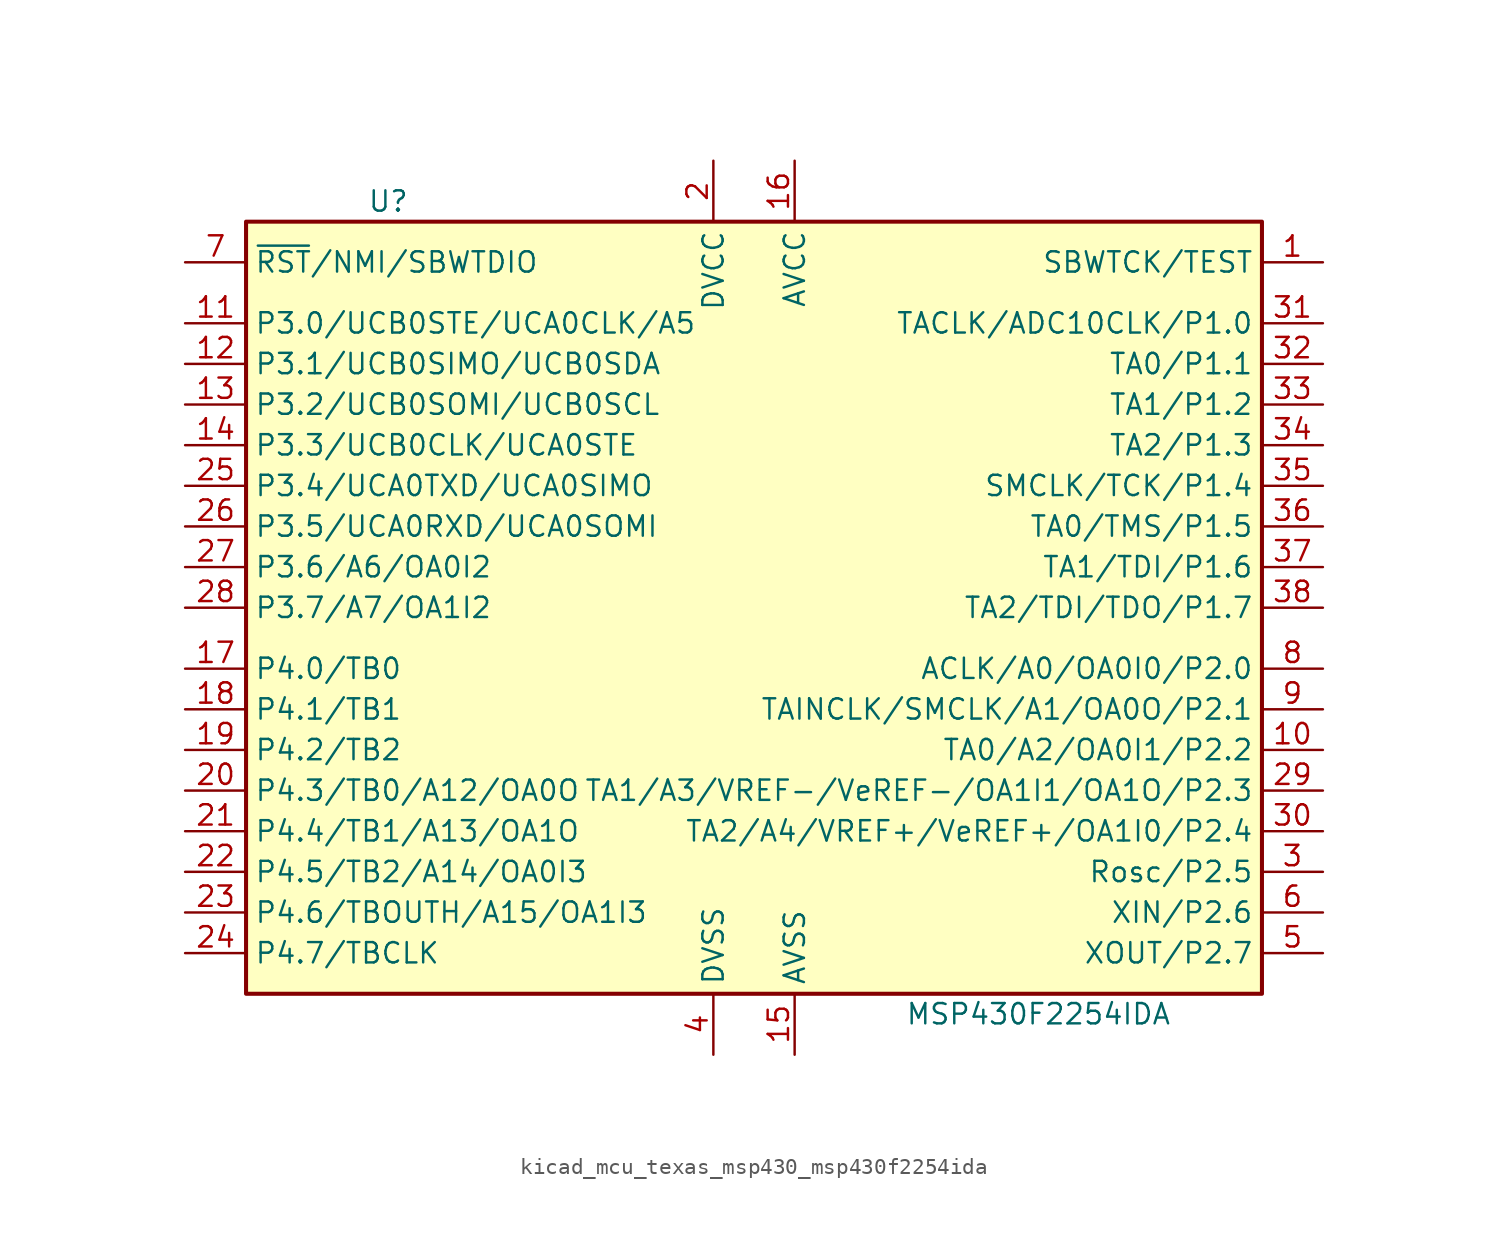
<source format=kicad_sym>
(kicad_symbol_lib
  (version 20220914)
  (generator kicad_symbol_editor)
  (symbol "kicad_mcu_texas_msp430_msp430f2254ida"
    (property "Reference" "U"
      (at -22.86 25.4 0)
      (effects (font (size 1.27 1.27))))
    (property "Value" "MSP430F2254IDA"
      (at 17.78 -25.4 0)
      (effects (font (size 1.27 1.27))))
    (symbol "kicad_mcu_texas_msp430_msp430f2254ida_0_1"
      (rectangle (start -31.75 24.13) (end 31.75 -24.13) (stroke (width 0.254) (type default)) (fill (type background))))
    (symbol "kicad_mcu_texas_msp430_msp430f2254ida_1_1"
      (pin input line (at 35.56 21.59 180) (length 3.81) (name "SBWTCK/TEST" (effects (font (size 1.27 1.27)))) (number "1" (effects (font (size 1.27 1.27)))))
      (pin bidirectional line (at 35.56 -8.89 180) (length 3.81) (name "TA0/A2/OA0I1/P2.2" (effects (font (size 1.27 1.27)))) (number "10" (effects (font (size 1.27 1.27)))))
      (pin bidirectional line (at -35.56 17.78 0) (length 3.81) (name "P3.0/UCB0STE/UCA0CLK/A5" (effects (font (size 1.27 1.27)))) (number "11" (effects (font (size 1.27 1.27)))))
      (pin bidirectional line (at -35.56 15.24 0) (length 3.81) (name "P3.1/UCB0SIMO/UCB0SDA" (effects (font (size 1.27 1.27)))) (number "12" (effects (font (size 1.27 1.27)))))
      (pin bidirectional line (at -35.56 12.7 0) (length 3.81) (name "P3.2/UCB0SOMI/UCB0SCL" (effects (font (size 1.27 1.27)))) (number "13" (effects (font (size 1.27 1.27)))))
      (pin bidirectional line (at -35.56 10.16 0) (length 3.81) (name "P3.3/UCB0CLK/UCA0STE" (effects (font (size 1.27 1.27)))) (number "14" (effects (font (size 1.27 1.27)))))
      (pin power_in line (at 2.54 -27.94 90) (length 3.81) (name "AVSS" (effects (font (size 1.27 1.27)))) (number "15" (effects (font (size 1.27 1.27)))))
      (pin power_in line (at 2.54 27.94 270) (length 3.81) (name "AVCC" (effects (font (size 1.27 1.27)))) (number "16" (effects (font (size 1.27 1.27)))))
      (pin bidirectional line (at -35.56 -3.81 0) (length 3.81) (name "P4.0/TB0" (effects (font (size 1.27 1.27)))) (number "17" (effects (font (size 1.27 1.27)))))
      (pin bidirectional line (at -35.56 -6.35 0) (length 3.81) (name "P4.1/TB1" (effects (font (size 1.27 1.27)))) (number "18" (effects (font (size 1.27 1.27)))))
      (pin bidirectional line (at -35.56 -8.89 0) (length 3.81) (name "P4.2/TB2" (effects (font (size 1.27 1.27)))) (number "19" (effects (font (size 1.27 1.27)))))
      (pin power_in line (at -2.54 27.94 270) (length 3.81) (name "DVCC" (effects (font (size 1.27 1.27)))) (number "2" (effects (font (size 1.27 1.27)))))
      (pin bidirectional line (at -35.56 -11.43 0) (length 3.81) (name "P4.3/TB0/A12/OA0O" (effects (font (size 1.27 1.27)))) (number "20" (effects (font (size 1.27 1.27)))))
      (pin bidirectional line (at -35.56 -13.97 0) (length 3.81) (name "P4.4/TB1/A13/OA1O" (effects (font (size 1.27 1.27)))) (number "21" (effects (font (size 1.27 1.27)))))
      (pin bidirectional line (at -35.56 -16.51 0) (length 3.81) (name "P4.5/TB2/A14/OA0I3" (effects (font (size 1.27 1.27)))) (number "22" (effects (font (size 1.27 1.27)))))
      (pin bidirectional line (at -35.56 -19.05 0) (length 3.81) (name "P4.6/TBOUTH/A15/OA1I3" (effects (font (size 1.27 1.27)))) (number "23" (effects (font (size 1.27 1.27)))))
      (pin bidirectional line (at -35.56 -21.59 0) (length 3.81) (name "P4.7/TBCLK" (effects (font (size 1.27 1.27)))) (number "24" (effects (font (size 1.27 1.27)))))
      (pin bidirectional line (at -35.56 7.62 0) (length 3.81) (name "P3.4/UCA0TXD/UCA0SIMO" (effects (font (size 1.27 1.27)))) (number "25" (effects (font (size 1.27 1.27)))))
      (pin bidirectional line (at -35.56 5.08 0) (length 3.81) (name "P3.5/UCA0RXD/UCA0SOMI" (effects (font (size 1.27 1.27)))) (number "26" (effects (font (size 1.27 1.27)))))
      (pin bidirectional line (at -35.56 2.54 0) (length 3.81) (name "P3.6/A6/OA0I2" (effects (font (size 1.27 1.27)))) (number "27" (effects (font (size 1.27 1.27)))))
      (pin bidirectional line (at -35.56 0 0) (length 3.81) (name "P3.7/A7/OA1I2" (effects (font (size 1.27 1.27)))) (number "28" (effects (font (size 1.27 1.27)))))
      (pin bidirectional line (at 35.56 -11.43 180) (length 3.81) (name "TA1/A3/VREF-/VeREF-/OA1I1/OA1O/P2.3" (effects (font (size 1.27 1.27)))) (number "29" (effects (font (size 1.27 1.27)))))
      (pin bidirectional line (at 35.56 -16.51 180) (length 3.81) (name "Rosc/P2.5" (effects (font (size 1.27 1.27)))) (number "3" (effects (font (size 1.27 1.27)))))
      (pin bidirectional line (at 35.56 -13.97 180) (length 3.81) (name "TA2/A4/VREF+/VeREF+/OA1I0/P2.4" (effects (font (size 1.27 1.27)))) (number "30" (effects (font (size 1.27 1.27)))))
      (pin bidirectional line (at 35.56 17.78 180) (length 3.81) (name "TACLK/ADC10CLK/P1.0" (effects (font (size 1.27 1.27)))) (number "31" (effects (font (size 1.27 1.27)))))
      (pin bidirectional line (at 35.56 15.24 180) (length 3.81) (name "TA0/P1.1" (effects (font (size 1.27 1.27)))) (number "32" (effects (font (size 1.27 1.27)))))
      (pin bidirectional line (at 35.56 12.7 180) (length 3.81) (name "TA1/P1.2" (effects (font (size 1.27 1.27)))) (number "33" (effects (font (size 1.27 1.27)))))
      (pin bidirectional line (at 35.56 10.16 180) (length 3.81) (name "TA2/P1.3" (effects (font (size 1.27 1.27)))) (number "34" (effects (font (size 1.27 1.27)))))
      (pin bidirectional line (at 35.56 7.62 180) (length 3.81) (name "SMCLK/TCK/P1.4" (effects (font (size 1.27 1.27)))) (number "35" (effects (font (size 1.27 1.27)))))
      (pin bidirectional line (at 35.56 5.08 180) (length 3.81) (name "TA0/TMS/P1.5" (effects (font (size 1.27 1.27)))) (number "36" (effects (font (size 1.27 1.27)))))
      (pin bidirectional line (at 35.56 2.54 180) (length 3.81) (name "TA1/TDI/P1.6" (effects (font (size 1.27 1.27)))) (number "37" (effects (font (size 1.27 1.27)))))
      (pin bidirectional line (at 35.56 0 180) (length 3.81) (name "TA2/TDI/TDO/P1.7" (effects (font (size 1.27 1.27)))) (number "38" (effects (font (size 1.27 1.27)))))
      (pin power_in line (at -2.54 -27.94 90) (length 3.81) (name "DVSS" (effects (font (size 1.27 1.27)))) (number "4" (effects (font (size 1.27 1.27)))))
      (pin bidirectional line (at 35.56 -21.59 180) (length 3.81) (name "XOUT/P2.7" (effects (font (size 1.27 1.27)))) (number "5" (effects (font (size 1.27 1.27)))))
      (pin bidirectional line (at 35.56 -19.05 180) (length 3.81) (name "XIN/P2.6" (effects (font (size 1.27 1.27)))) (number "6" (effects (font (size 1.27 1.27)))))
      (pin bidirectional line (at -35.56 21.59 0) (length 3.81) (name "~{RST}/NMI/SBWTDIO" (effects (font (size 1.27 1.27)))) (number "7" (effects (font (size 1.27 1.27)))))
      (pin bidirectional line (at 35.56 -3.81 180) (length 3.81) (name "ACLK/A0/OA0I0/P2.0" (effects (font (size 1.27 1.27)))) (number "8" (effects (font (size 1.27 1.27)))))
      (pin bidirectional line (at 35.56 -6.35 180) (length 3.81) (name "TAINCLK/SMCLK/A1/OA0O/P2.1" (effects (font (size 1.27 1.27)))) (number "9" (effects (font (size 1.27 1.27))))))))
</source>
